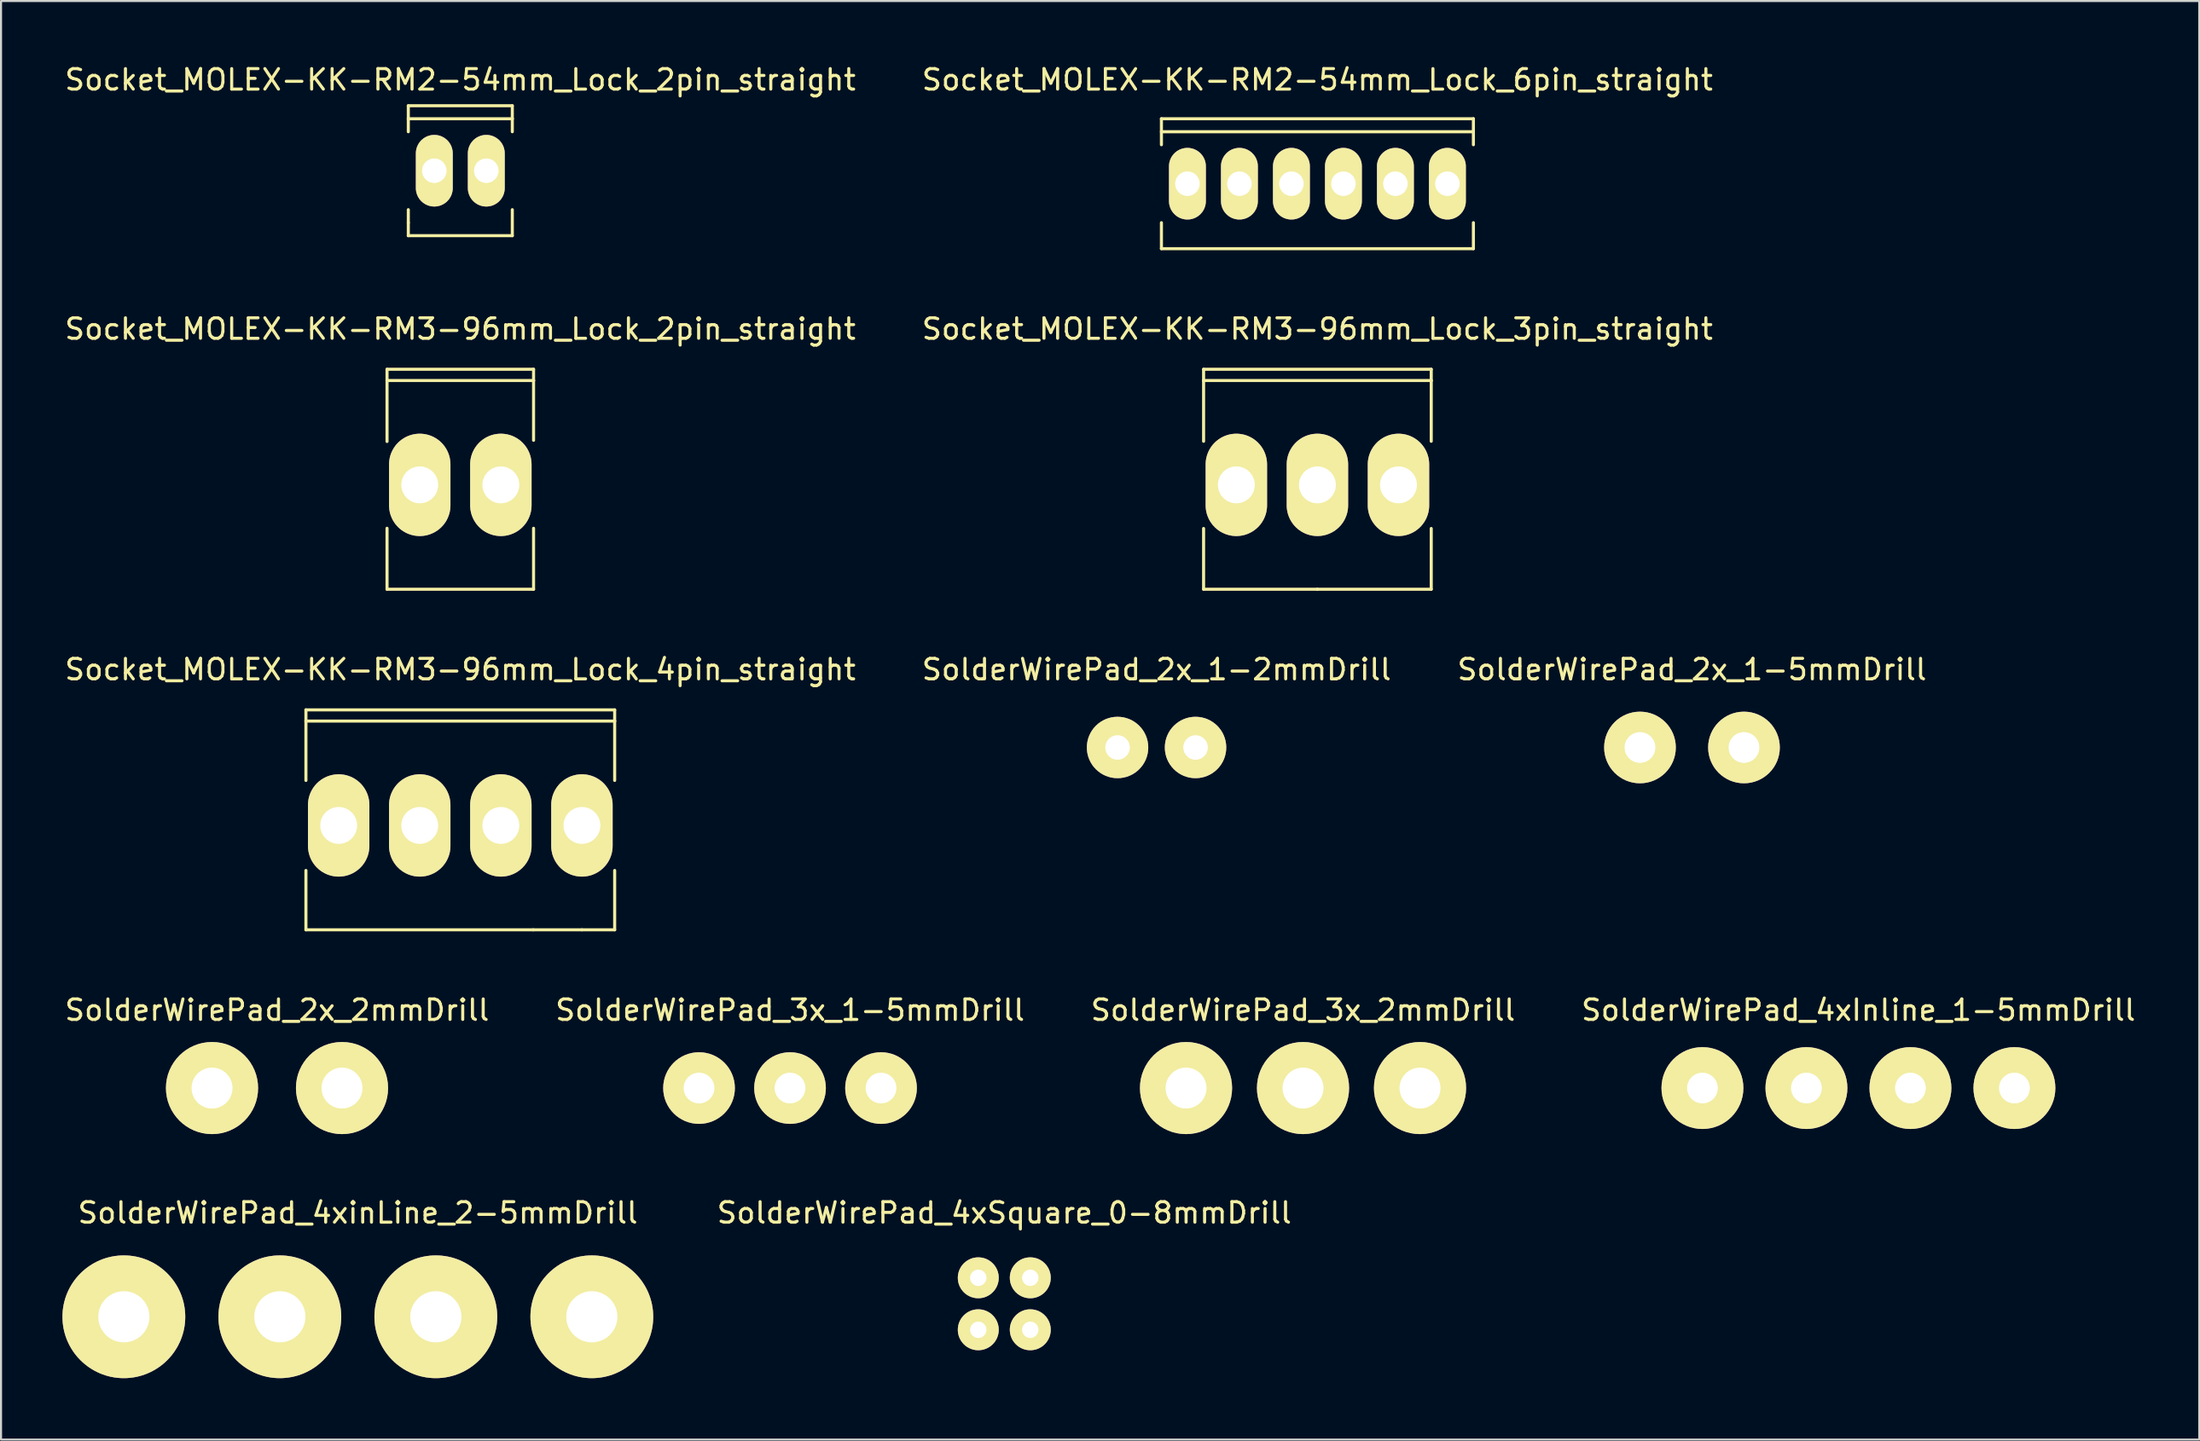
<source format=kicad_pcb>
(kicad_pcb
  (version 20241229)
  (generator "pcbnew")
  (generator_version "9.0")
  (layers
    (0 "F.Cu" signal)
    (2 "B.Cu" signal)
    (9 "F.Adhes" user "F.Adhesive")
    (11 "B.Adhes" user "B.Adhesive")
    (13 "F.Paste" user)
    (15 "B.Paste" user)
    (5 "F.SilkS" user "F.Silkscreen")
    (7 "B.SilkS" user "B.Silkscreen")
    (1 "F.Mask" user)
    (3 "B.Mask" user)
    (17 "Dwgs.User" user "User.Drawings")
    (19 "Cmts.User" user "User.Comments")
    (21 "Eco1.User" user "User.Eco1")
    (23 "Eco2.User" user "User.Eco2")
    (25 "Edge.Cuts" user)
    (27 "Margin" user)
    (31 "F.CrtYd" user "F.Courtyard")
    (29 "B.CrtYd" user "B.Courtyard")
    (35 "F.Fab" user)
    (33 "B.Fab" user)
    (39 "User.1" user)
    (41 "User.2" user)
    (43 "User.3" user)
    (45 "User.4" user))
  (footprint "Socket_MOLEX-KK-RM2-54mm_Lock_6pin_straight"
    (layer "F.Cu")
    (at 61.304 5.928)
    (property "Reference" "Socket_MOLEX-KK-RM2-54mm_Lock_6pin_straight" (at 0 -5.08 0) (layer "F.SilkS") (effects (font (size 1 1) (thickness 0.15))))
    (attr through_hole)
    (fp_line (start -7.62 -3.175) (end 7.62 -3.175) (stroke (width 0.15) (type solid)) (layer "F.SilkS"))
    (fp_line (start -7.62 -1.905) (end -7.62 -3.175) (stroke (width 0.15) (type solid)) (layer "F.SilkS"))
    (fp_line (start -7.62 3.175) (end -7.62 1.905) (stroke (width 0.15) (type solid)) (layer "F.SilkS"))
    (fp_line (start 7.62 -3.175) (end 7.62 -1.905) (stroke (width 0.15) (type solid)) (layer "F.SilkS"))
    (fp_line (start 7.62 -2.54) (end -7.62 -2.54) (stroke (width 0.15) (type solid)) (layer "F.SilkS"))
    (fp_line (start 7.62 3.175) (end -7.62 3.175) (stroke (width 0.15) (type solid)) (layer "F.SilkS"))
    (fp_line (start 7.62 3.175) (end 7.62 1.905) (stroke (width 0.15) (type solid)) (layer "F.SilkS"))
    (pad "1" thru_hole oval (at -6.35 0) (size 1.801 3.5) (drill 1.199) (layers "*.Cu" "*.Mask" "F.SilkS"))
    (pad "2" thru_hole oval (at -3.81 0) (size 1.801 3.5) (drill 1.199) (layers "*.Cu" "*.Mask" "F.SilkS"))
    (pad "3" thru_hole oval (at -1.27 0) (size 1.801 3.5) (drill 1.199) (layers "*.Cu" "*.Mask" "F.SilkS"))
    (pad "4" thru_hole oval (at 1.27 0) (size 1.801 3.5) (drill 1.199) (layers "*.Cu" "*.Mask" "F.SilkS"))
    (pad "5" thru_hole oval (at 3.81 0) (size 1.801 3.5) (drill 1.199) (layers "*.Cu" "*.Mask" "F.SilkS"))
    (pad "6" thru_hole oval (at 6.35 0) (size 1.801 3.5) (drill 1.199) (layers "*.Cu" "*.Mask" "F.SilkS")))
  (footprint "SolderWirePad_3x_1-5mmDrill"
    (layer "F.Cu")
    (at 35.542 50.124)
    (property "Reference" "SolderWirePad_3x_1-5mmDrill" (at 0 -3.81 0) (layer "F.SilkS") (effects (font (size 1 1) (thickness 0.15))))
    (attr through_hole)
    (pad "1" thru_hole circle (at -4.445 0) (size 3.5 3.5) (drill 1.501) (layers "*.Cu" "*.Mask" "F.SilkS"))
    (pad "1" thru_hole circle (at 0 0) (size 3.5 3.5) (drill 1.501) (layers "*.Cu" "*.Mask" "F.SilkS"))
    (pad "1" thru_hole circle (at 4.445 0) (size 3.5 3.5) (drill 1.501) (layers "*.Cu" "*.Mask" "F.SilkS")))
  (footprint "Socket_MOLEX-KK-RM3-96mm_Lock_3pin_straight"
    (layer "F.Cu")
    (at 61.304 20.646)
    (property "Reference" "Socket_MOLEX-KK-RM3-96mm_Lock_3pin_straight" (at 0 -7.62 0) (layer "F.SilkS") (effects (font (size 1 1) (thickness 0.15))))
    (attr through_hole)
    (fp_line (start -5.56 -5.649) (end -5.56 -5.1) (stroke (width 0.15) (type solid)) (layer "F.SilkS"))
    (fp_line (start -5.56 -5.1) (end -5.56 -2.131) (stroke (width 0.15) (type solid)) (layer "F.SilkS"))
    (fp_line (start -5.56 2.131) (end -5.56 5.1) (stroke (width 0.15) (type solid)) (layer "F.SilkS"))
    (fp_line (start -5.56 5.1) (end 0 5.1) (stroke (width 0.15) (type solid)) (layer "F.SilkS"))
    (fp_line (start 0 5.1) (end 5.56 5.1) (stroke (width 0.15) (type solid)) (layer "F.SilkS"))
    (fp_line (start 5.56 -5.649) (end -5.56 -5.649) (stroke (width 0.15) (type solid)) (layer "F.SilkS"))
    (fp_line (start 5.56 -5.1) (end -5.56 -5.1) (stroke (width 0.15) (type solid)) (layer "F.SilkS"))
    (fp_line (start 5.56 -5.1) (end 5.56 -5.649) (stroke (width 0.15) (type solid)) (layer "F.SilkS"))
    (fp_line (start 5.56 -2.131) (end 5.56 -5.1) (stroke (width 0.15) (type solid)) (layer "F.SilkS"))
    (fp_line (start 5.56 5.1) (end 5.56 2.131) (stroke (width 0.15) (type solid)) (layer "F.SilkS"))
    (pad "1" thru_hole oval (at -3.96 0) (size 3 5.001) (drill 1.801) (layers "*.Cu" "*.Mask" "F.SilkS"))
    (pad "2" thru_hole oval (at 0 0) (size 3 5.001) (drill 1.801) (layers "*.Cu" "*.Mask" "F.SilkS"))
    (pad "3" thru_hole oval (at 3.96 0) (size 3 5.001) (drill 1.801) (layers "*.Cu" "*.Mask" "F.SilkS")))
  (footprint "Socket_MOLEX-KK-RM2-54mm_Lock_2pin_straight"
    (layer "F.Cu")
    (at 19.435 5.293)
    (property "Reference" "Socket_MOLEX-KK-RM2-54mm_Lock_2pin_straight" (at 0 -4.445 0) (layer "F.SilkS") (effects (font (size 1 1) (thickness 0.15))))
    (attr through_hole)
    (fp_line (start -2.54 -3.175) (end 2.54 -3.175) (stroke (width 0.15) (type solid)) (layer "F.SilkS"))
    (fp_line (start -2.54 -2.54) (end -2.54 -3.175) (stroke (width 0.15) (type solid)) (layer "F.SilkS"))
    (fp_line (start -2.54 -2.54) (end -2.54 -1.905) (stroke (width 0.15) (type solid)) (layer "F.SilkS"))
    (fp_line (start -2.54 -2.54) (end 2.54 -2.54) (stroke (width 0.15) (type solid)) (layer "F.SilkS"))
    (fp_line (start -2.54 2.54) (end -2.54 1.905) (stroke (width 0.15) (type solid)) (layer "F.SilkS"))
    (fp_line (start -2.54 3.175) (end -2.54 2.54) (stroke (width 0.15) (type solid)) (layer "F.SilkS"))
    (fp_line (start 2.54 -3.175) (end 2.54 -2.54) (stroke (width 0.15) (type solid)) (layer "F.SilkS"))
    (fp_line (start 2.54 -2.54) (end 2.54 -1.905) (stroke (width 0.15) (type solid)) (layer "F.SilkS"))
    (fp_line (start 2.54 3.175) (end -2.54 3.175) (stroke (width 0.15) (type solid)) (layer "F.SilkS"))
    (fp_line (start 2.54 3.175) (end 2.54 1.905) (stroke (width 0.15) (type solid)) (layer "F.SilkS"))
    (pad "1" thru_hole oval (at -1.27 0) (size 1.801 3.5) (drill 1.199) (layers "*.Cu" "*.Mask" "F.SilkS"))
    (pad "2" thru_hole oval (at 1.27 0) (size 1.801 3.5) (drill 1.199) (layers "*.Cu" "*.Mask" "F.SilkS")))
  (footprint "SolderWirePad_2x_1-2mmDrill"
    (layer "F.Cu")
    (at 53.446 33.48)
    (property "Reference" "SolderWirePad_2x_1-2mmDrill" (at 0 -3.81 0) (layer "F.SilkS") (effects (font (size 1 1) (thickness 0.15))))
    (attr through_hole)
    (pad "1" thru_hole circle (at -1.905 0) (size 3 3) (drill 1.199) (layers "*.Cu" "*.Mask" "F.SilkS"))
    (pad "1" thru_hole circle (at 1.905 0) (size 3 3) (drill 1.199) (layers "*.Cu" "*.Mask" "F.SilkS")))
  (footprint "SolderWirePad_4xinLine_2-5mmDrill"
    (layer "F.Cu")
    (at 14.43 61.302)
    (property "Reference" "SolderWirePad_4xinLine_2-5mmDrill" (at 0 -5.08 0) (layer "F.SilkS") (effects (font (size 1 1) (thickness 0.15))))
    (attr through_hole)
    (pad "1" thru_hole circle (at -11.43 0) (size 5.999 5.999) (drill 2.499) (layers "*.Cu" "*.Mask" "F.SilkS"))
    (pad "1" thru_hole circle (at -3.81 0) (size 5.999 5.999) (drill 2.499) (layers "*.Cu" "*.Mask" "F.SilkS"))
    (pad "1" thru_hole circle (at 3.81 0) (size 5.999 5.999) (drill 2.499) (layers "*.Cu" "*.Mask" "F.SilkS"))
    (pad "1" thru_hole circle (at 11.43 0) (size 5.999 5.999) (drill 2.499) (layers "*.Cu" "*.Mask" "F.SilkS")))
  (footprint "Socket_MOLEX-KK-RM3-96mm_Lock_2pin_straight"
    (layer "F.Cu")
    (at 19.435 20.646)
    (property "Reference" "Socket_MOLEX-KK-RM3-96mm_Lock_2pin_straight" (at 0 -7.62 0) (layer "F.SilkS") (effects (font (size 1 1) (thickness 0.15))))
    (attr through_hole)
    (fp_line (start -3.579 -5.649) (end -3.579 -5.1) (stroke (width 0.15) (type solid)) (layer "F.SilkS"))
    (fp_line (start -3.579 -5.1) (end -3.579 -2.121) (stroke (width 0.15) (type solid)) (layer "F.SilkS"))
    (fp_line (start -3.579 2.121) (end -3.579 5.1) (stroke (width 0.15) (type solid)) (layer "F.SilkS"))
    (fp_line (start -3.579 5.1) (end 3.579 5.1) (stroke (width 0.15) (type solid)) (layer "F.SilkS"))
    (fp_line (start 3.579 -5.649) (end -3.579 -5.649) (stroke (width 0.15) (type solid)) (layer "F.SilkS"))
    (fp_line (start 3.579 -5.1) (end -3.579 -5.1) (stroke (width 0.15) (type solid)) (layer "F.SilkS"))
    (fp_line (start 3.579 -5.1) (end 3.579 -5.649) (stroke (width 0.15) (type solid)) (layer "F.SilkS"))
    (fp_line (start 3.579 -2.179) (end 3.579 -5.1) (stroke (width 0.15) (type solid)) (layer "F.SilkS"))
    (fp_line (start 3.579 5.1) (end 3.579 2.121) (stroke (width 0.15) (type solid)) (layer "F.SilkS"))
    (pad "1" thru_hole oval (at -1.981 0) (size 3 5.001) (drill 1.801) (layers "*.Cu" "*.Mask" "F.SilkS"))
    (pad "2" thru_hole oval (at 1.981 0) (size 3 5.001) (drill 1.801) (layers "*.Cu" "*.Mask" "F.SilkS")))
  (footprint "SolderWirePad_3x_2mmDrill"
    (layer "F.Cu")
    (at 60.601 50.124)
    (property "Reference" "SolderWirePad_3x_2mmDrill" (at 0 -3.81 0) (layer "F.SilkS") (effects (font (size 1 1) (thickness 0.15))))
    (attr through_hole)
    (pad "1" thru_hole circle (at -5.715 0) (size 4.501 4.501) (drill 1.999) (layers "*.Cu" "*.Mask" "F.SilkS"))
    (pad "1" thru_hole circle (at 0 0) (size 4.501 4.501) (drill 1.999) (layers "*.Cu" "*.Mask" "F.SilkS"))
    (pad "1" thru_hole circle (at 5.715 0) (size 4.501 4.501) (drill 1.999) (layers "*.Cu" "*.Mask" "F.SilkS")))
  (footprint "SolderWirePad_2x_1-5mmDrill"
    (layer "F.Cu")
    (at 79.601 33.48)
    (property "Reference" "SolderWirePad_2x_1-5mmDrill" (at 0 -3.81 0) (layer "F.SilkS") (effects (font (size 1 1) (thickness 0.15))))
    (attr through_hole)
    (pad "1" thru_hole circle (at -2.54 0) (size 3.5 3.5) (drill 1.501) (layers "*.Cu" "*.Mask" "F.SilkS"))
    (pad "1" thru_hole circle (at 2.54 0) (size 3.5 3.5) (drill 1.501) (layers "*.Cu" "*.Mask" "F.SilkS")))
  (footprint "SolderWirePad_2x_2mmDrill"
    (layer "F.Cu")
    (at 10.482 50.124)
    (property "Reference" "SolderWirePad_2x_2mmDrill" (at 0 -3.81 0) (layer "F.SilkS") (effects (font (size 1 1) (thickness 0.15))))
    (attr through_hole)
    (pad "1" thru_hole circle (at -3.175 0) (size 4.501 4.501) (drill 1.999) (layers "*.Cu" "*.Mask" "F.SilkS"))
    (pad "1" thru_hole circle (at 3.175 0) (size 4.501 4.501) (drill 1.999) (layers "*.Cu" "*.Mask" "F.SilkS")))
  (footprint "SolderWirePad_4xSquare_0-8mmDrill"
    (layer "F.Cu")
    (at 46.008 60.667)
    (property "Reference" "SolderWirePad_4xSquare_0-8mmDrill" (at 0 -4.445 0) (layer "F.SilkS") (effects (font (size 1 1) (thickness 0.15))))
    (attr through_hole)
    (pad "1" thru_hole circle (at -1.27 -1.27) (size 1.999 1.999) (drill 0.8) (layers "*.Cu" "*.Mask" "F.SilkS"))
    (pad "1" thru_hole circle (at -1.27 1.27) (size 1.999 1.999) (drill 0.8) (layers "*.Cu" "*.Mask" "F.SilkS"))
    (pad "1" thru_hole circle (at 1.27 -1.27) (size 1.999 1.999) (drill 0.8) (layers "*.Cu" "*.Mask" "F.SilkS"))
    (pad "1" thru_hole circle (at 1.27 1.27) (size 1.999 1.999) (drill 0.8) (layers "*.Cu" "*.Mask" "F.SilkS")))
  (footprint "Socket_MOLEX-KK-RM3-96mm_Lock_4pin_straight"
    (layer "F.Cu")
    (at 19.435 37.29)
    (property "Reference" "Socket_MOLEX-KK-RM3-96mm_Lock_4pin_straight" (at 0 -7.62 0) (layer "F.SilkS") (effects (font (size 1 1) (thickness 0.15))))
    (attr through_hole)
    (fp_line (start -7.541 -5.649) (end -7.541 -5.1) (stroke (width 0.15) (type solid)) (layer "F.SilkS"))
    (fp_line (start -7.541 -5.1) (end -7.541 -2.2) (stroke (width 0.15) (type solid)) (layer "F.SilkS"))
    (fp_line (start -7.541 2.2) (end -7.541 5.1) (stroke (width 0.15) (type solid)) (layer "F.SilkS"))
    (fp_line (start -7.541 5.1) (end 3.561 5.1) (stroke (width 0.15) (type solid)) (layer "F.SilkS"))
    (fp_line (start 3.561 5.1) (end 5.941 5.1) (stroke (width 0.15) (type solid)) (layer "F.SilkS"))
    (fp_line (start 5.941 5.1) (end 7.541 5.1) (stroke (width 0.15) (type solid)) (layer "F.SilkS"))
    (fp_line (start 7.541 -5.649) (end -7.541 -5.649) (stroke (width 0.15) (type solid)) (layer "F.SilkS"))
    (fp_line (start 7.541 -5.1) (end -7.541 -5.1) (stroke (width 0.15) (type solid)) (layer "F.SilkS"))
    (fp_line (start 7.541 -5.1) (end 7.541 -5.649) (stroke (width 0.15) (type solid)) (layer "F.SilkS"))
    (fp_line (start 7.541 -2.2) (end 7.541 -5.1) (stroke (width 0.15) (type solid)) (layer "F.SilkS"))
    (fp_line (start 7.541 5.1) (end 7.541 2.2) (stroke (width 0.15) (type solid)) (layer "F.SilkS"))
    (pad "1" thru_hole oval (at -5.941 0) (size 3 5.001) (drill 1.801) (layers "*.Cu" "*.Mask" "F.SilkS"))
    (pad "2" thru_hole oval (at -1.981 0) (size 3 5.001) (drill 1.801) (layers "*.Cu" "*.Mask" "F.SilkS"))
    (pad "3" thru_hole oval (at 1.981 0) (size 3 5.001) (drill 1.801) (layers "*.Cu" "*.Mask" "F.SilkS"))
    (pad "4" thru_hole oval (at 5.941 0) (size 3 5.001) (drill 1.801) (layers "*.Cu" "*.Mask" "F.SilkS")))
  (footprint "SolderWirePad_4xInline_1-5mmDrill"
    (layer "F.Cu")
    (at 87.732 50.124)
    (property "Reference" "SolderWirePad_4xInline_1-5mmDrill" (at 0 -3.81 0) (layer "F.SilkS") (effects (font (size 1 1) (thickness 0.15))))
    (attr through_hole)
    (pad "1" thru_hole circle (at -7.62 0) (size 4 4) (drill 1.501) (layers "*.Cu" "*.Mask" "F.SilkS"))
    (pad "1" thru_hole circle (at -2.54 0) (size 4 4) (drill 1.501) (layers "*.Cu" "*.Mask" "F.SilkS"))
    (pad "1" thru_hole circle (at 2.54 0) (size 4 4) (drill 1.501) (layers "*.Cu" "*.Mask" "F.SilkS"))
    (pad "1" thru_hole circle (at 7.62 0) (size 4 4) (drill 1.501) (layers "*.Cu" "*.Mask" "F.SilkS")))
  (gr_rect
    (start -3 -3)
    (end 104.381 67.302)
    (stroke (width 0.1) (type default))
    (fill no)
    (layer "Edge.Cuts")))
</source>
